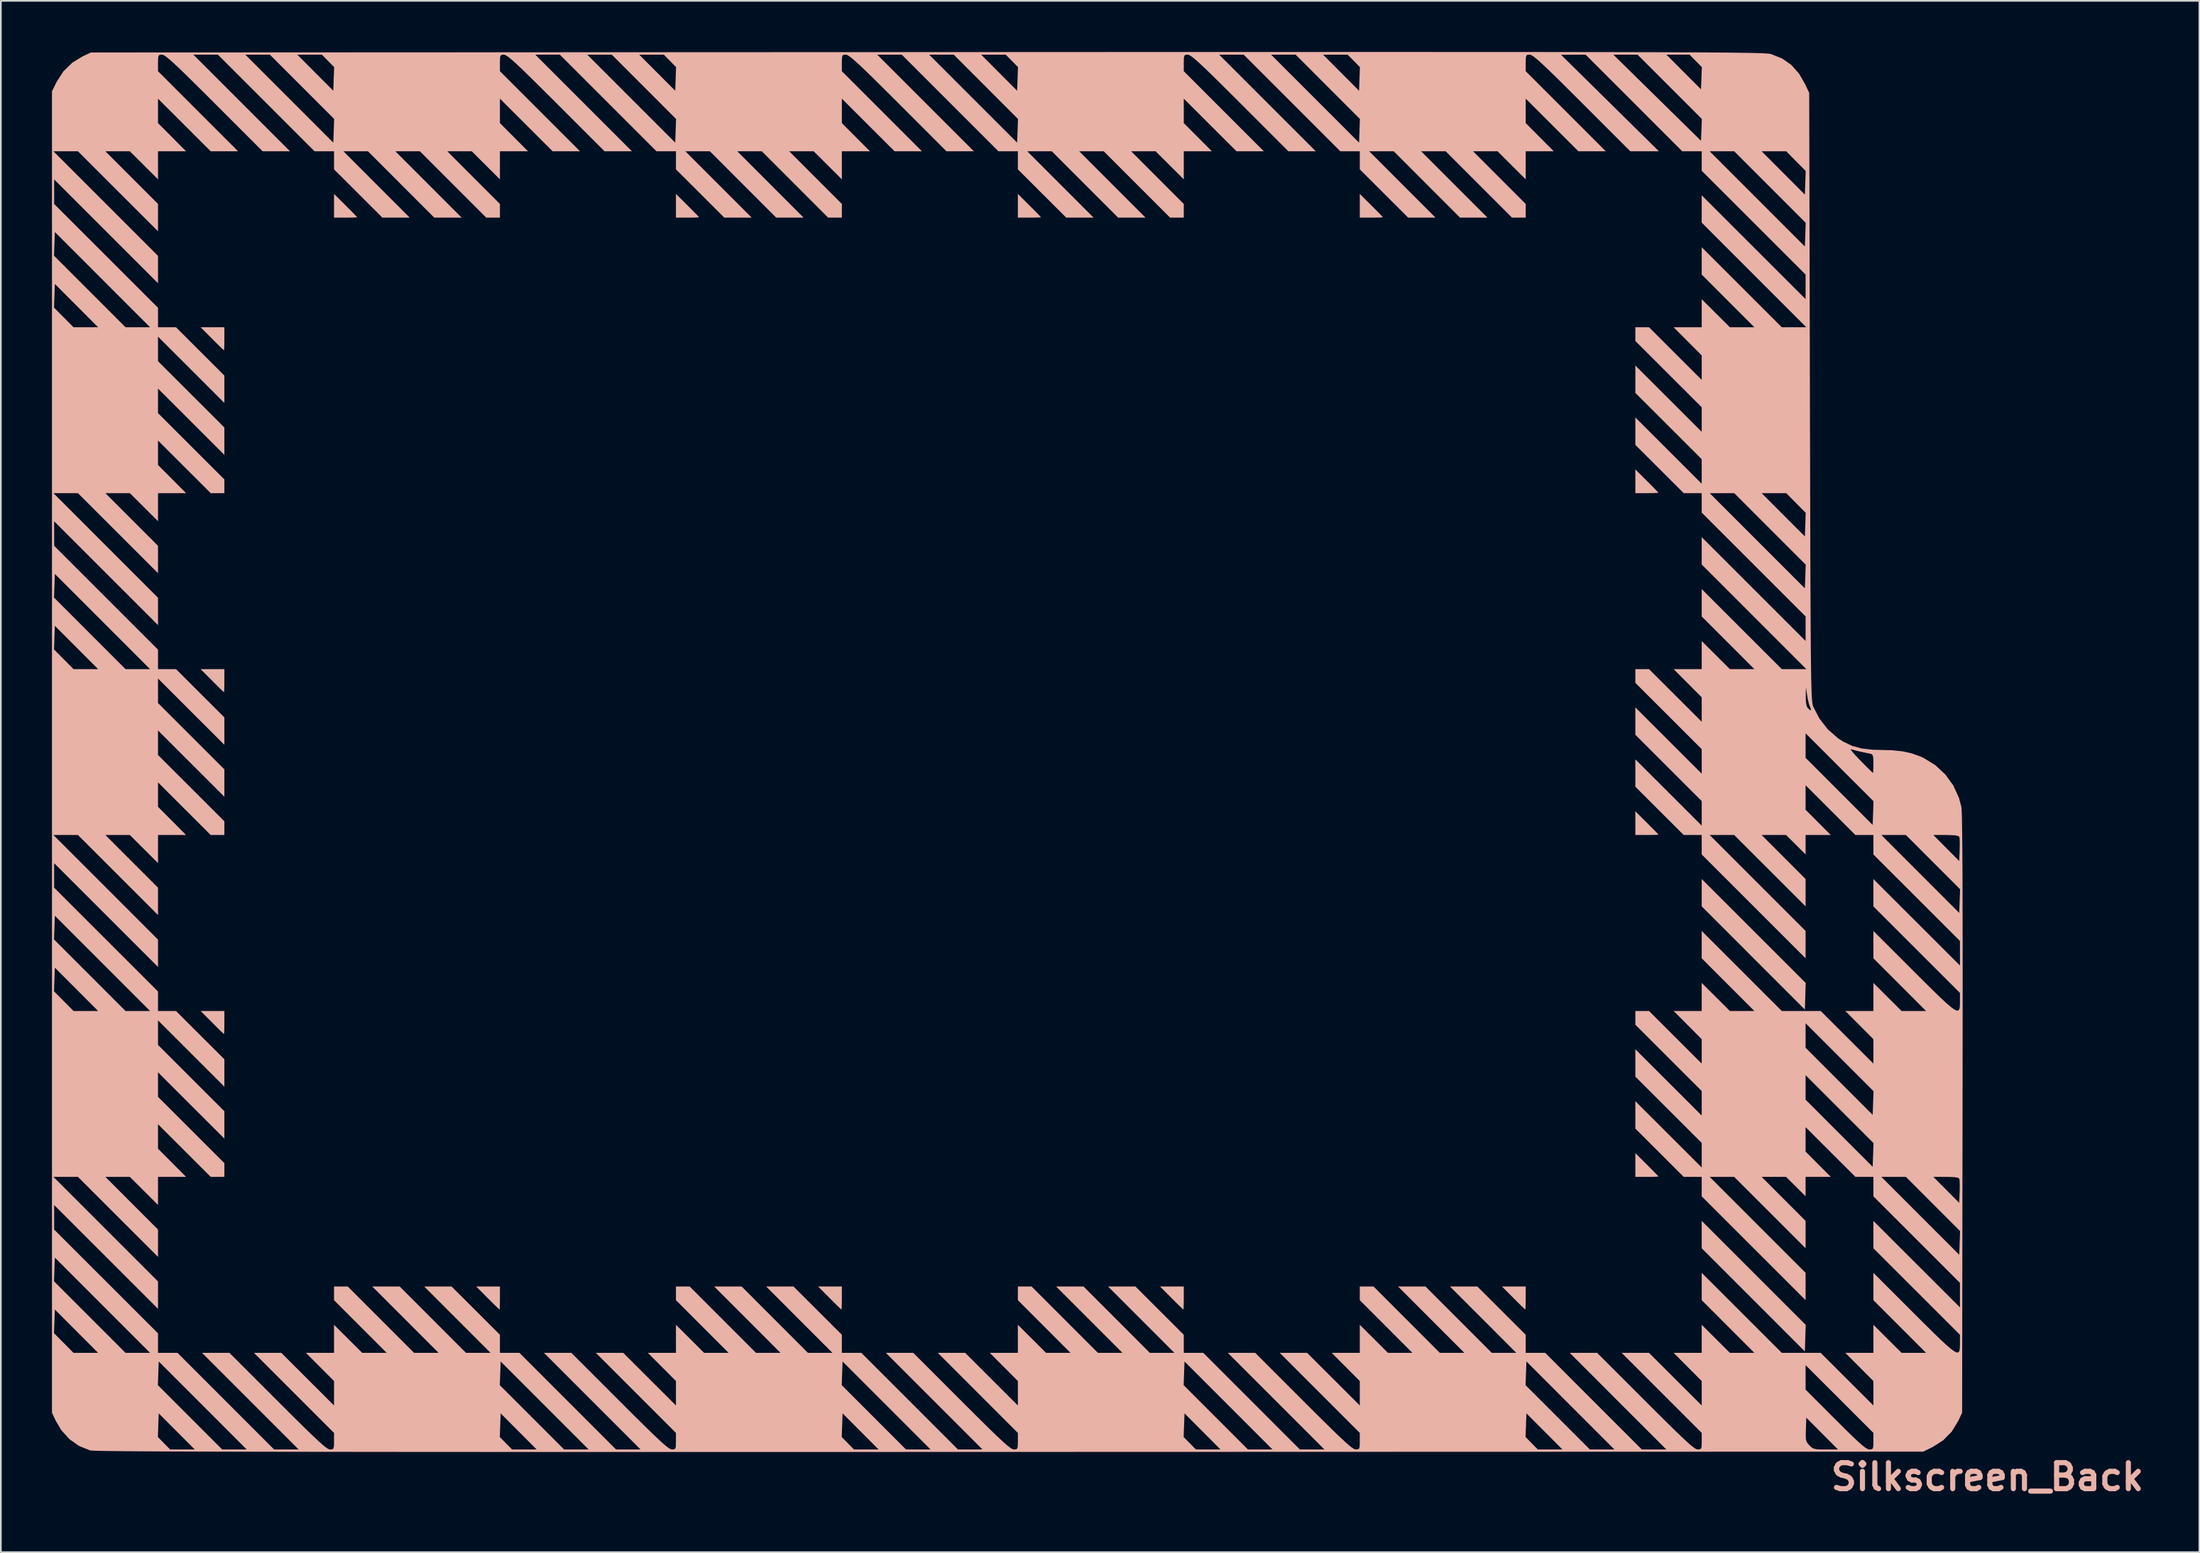
<source format=kicad_pcb>
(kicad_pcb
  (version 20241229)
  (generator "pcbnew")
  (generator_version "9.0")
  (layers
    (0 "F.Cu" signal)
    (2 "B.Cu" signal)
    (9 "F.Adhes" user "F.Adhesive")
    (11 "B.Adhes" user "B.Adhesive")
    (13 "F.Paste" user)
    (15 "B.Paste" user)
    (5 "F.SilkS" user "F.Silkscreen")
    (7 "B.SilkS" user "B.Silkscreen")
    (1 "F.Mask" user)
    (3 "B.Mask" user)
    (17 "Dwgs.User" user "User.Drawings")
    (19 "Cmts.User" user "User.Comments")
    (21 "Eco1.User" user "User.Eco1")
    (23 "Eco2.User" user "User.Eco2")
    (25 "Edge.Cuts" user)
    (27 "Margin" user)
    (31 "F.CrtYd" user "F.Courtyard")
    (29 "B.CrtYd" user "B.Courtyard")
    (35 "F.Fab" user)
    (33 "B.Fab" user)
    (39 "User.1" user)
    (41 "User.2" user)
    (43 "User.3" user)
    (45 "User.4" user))
  (footprint "Silkscreen_Back"
    (layer "F.Cu")
    (at 113.58 83.638)
    (property "Reference" "Silkscreen_Back" (at 0 0 0) (layer "B.SilkS") (effects (font (size 1.524 1.524) (thickness 0.3))))
    (attr board_only exclude_from_pos_files exclude_from_bom)
    (fp_poly (pts (xy -13.713 -32.043) (xy -10.661 -28.991) (xy -10.686 -28.211) (xy -10.71 -27.43) (xy -13.737 -30.458) (xy -16.764 -33.487) (xy -16.764 -35.094)) (stroke (width 0) (type solid)) (fill yes) (layer "B.SilkS"))
    (fp_poly (pts (xy -13.713 -11.977) (xy -10.661 -8.925) (xy -10.686 -8.145) (xy -10.71 -7.364) (xy -13.737 -10.392) (xy -16.764 -13.421) (xy -16.764 -15.028)) (stroke (width 0) (type solid)) (fill yes) (layer "B.SilkS"))
    (fp_poly (pts (xy -103.463 -66.802) (xy -103.465 -66.487) (xy -103.472 -66.251) (xy -103.483 -66.131) (xy -103.486 -66.125) (xy -103.551 -66.181) (xy -103.71 -66.334) (xy -103.939 -66.559) (xy -104.182 -66.802) (xy -104.856 -67.479) (xy -103.463 -67.479)) (stroke (width 0) (type solid)) (fill yes) (layer "B.SilkS"))
    (fp_poly (pts (xy -103.463 -46.736) (xy -103.465 -46.421) (xy -103.472 -46.185) (xy -103.483 -46.065) (xy -103.486 -46.059) (xy -103.551 -46.115) (xy -103.71 -46.268) (xy -103.939 -46.493) (xy -104.182 -46.736) (xy -104.856 -47.413) (xy -103.463 -47.413)) (stroke (width 0) (type solid)) (fill yes) (layer "B.SilkS"))
    (fp_poly (pts (xy -103.463 -26.67) (xy -103.465 -26.355) (xy -103.472 -26.119) (xy -103.483 -25.999) (xy -103.486 -25.993) (xy -103.551 -26.049) (xy -103.71 -26.202) (xy -103.939 -26.427) (xy -104.182 -26.67) (xy -104.856 -27.347) (xy -103.463 -27.347)) (stroke (width 0) (type solid)) (fill yes) (layer "B.SilkS"))
    (fp_poly (pts (xy -96.351 -74.634) (xy -96.081 -74.364) (xy -95.862 -74.141) (xy -95.719 -73.991) (xy -95.673 -73.937) (xy -95.751 -73.926) (xy -95.959 -73.918) (xy -96.255 -73.914) (xy -96.351 -73.914) (xy -97.028 -73.914) (xy -97.028 -75.307)) (stroke (width 0) (type solid)) (fill yes) (layer "B.SilkS"))
    (fp_poly (pts (xy -87.291 -10.499) (xy -87.294 -10.184) (xy -87.301 -9.947) (xy -87.311 -9.828) (xy -87.314 -9.821) (xy -87.38 -9.878) (xy -87.539 -10.03) (xy -87.768 -10.255) (xy -88.011 -10.499) (xy -88.684 -11.176) (xy -87.291 -11.176)) (stroke (width 0) (type solid)) (fill yes) (layer "B.SilkS"))
    (fp_poly (pts (xy -76.285 -74.634) (xy -76.015 -74.364) (xy -75.796 -74.141) (xy -75.653 -73.991) (xy -75.607 -73.937) (xy -75.685 -73.926) (xy -75.893 -73.918) (xy -76.189 -73.914) (xy -76.285 -73.914) (xy -76.962 -73.914) (xy -76.962 -75.307)) (stroke (width 0) (type solid)) (fill yes) (layer "B.SilkS"))
    (fp_poly (pts (xy -67.225 -10.499) (xy -67.228 -10.184) (xy -67.235 -9.947) (xy -67.245 -9.828) (xy -67.248 -9.821) (xy -67.314 -9.878) (xy -67.473 -10.03) (xy -67.702 -10.255) (xy -67.945 -10.499) (xy -68.618 -11.176) (xy -67.225 -11.176)) (stroke (width 0) (type solid)) (fill yes) (layer "B.SilkS"))
    (fp_poly (pts (xy -56.219 -74.634) (xy -55.949 -74.364) (xy -55.73 -74.141) (xy -55.587 -73.991) (xy -55.541 -73.937) (xy -55.619 -73.926) (xy -55.827 -73.918) (xy -56.123 -73.914) (xy -56.219 -73.914) (xy -56.896 -73.914) (xy -56.896 -75.307)) (stroke (width 0) (type solid)) (fill yes) (layer "B.SilkS"))
    (fp_poly (pts (xy -47.159 -10.499) (xy -47.162 -10.184) (xy -47.169 -9.947) (xy -47.179 -9.828) (xy -47.182 -9.821) (xy -47.248 -9.878) (xy -47.407 -10.03) (xy -47.636 -10.255) (xy -47.879 -10.499) (xy -48.552 -11.176) (xy -47.159 -11.176)) (stroke (width 0) (type solid)) (fill yes) (layer "B.SilkS"))
    (fp_poly (pts (xy -36.153 -74.634) (xy -35.883 -74.364) (xy -35.664 -74.141) (xy -35.521 -73.991) (xy -35.475 -73.937) (xy -35.553 -73.926) (xy -35.761 -73.918) (xy -36.057 -73.914) (xy -36.153 -73.914) (xy -36.83 -73.914) (xy -36.83 -75.307)) (stroke (width 0) (type solid)) (fill yes) (layer "B.SilkS"))
    (fp_poly (pts (xy -27.093 -10.499) (xy -27.096 -10.184) (xy -27.103 -9.947) (xy -27.113 -9.828) (xy -27.116 -9.821) (xy -27.182 -9.878) (xy -27.341 -10.03) (xy -27.57 -10.255) (xy -27.813 -10.499) (xy -28.486 -11.176) (xy -27.093 -11.176)) (stroke (width 0) (type solid)) (fill yes) (layer "B.SilkS"))
    (fp_poly (pts (xy -19.981 -58.462) (xy -19.712 -58.192) (xy -19.493 -57.97) (xy -19.349 -57.819) (xy -19.304 -57.766) (xy -19.382 -57.755) (xy -19.589 -57.747) (xy -19.886 -57.743) (xy -19.981 -57.743) (xy -20.659 -57.743) (xy -20.659 -59.136)) (stroke (width 0) (type solid)) (fill yes) (layer "B.SilkS"))
    (fp_poly (pts (xy -19.981 -38.396) (xy -19.712 -38.126) (xy -19.493 -37.904) (xy -19.349 -37.753) (xy -19.304 -37.7) (xy -19.382 -37.689) (xy -19.589 -37.681) (xy -19.886 -37.677) (xy -19.981 -37.677) (xy -20.659 -37.677) (xy -20.659 -39.07)) (stroke (width 0) (type solid)) (fill yes) (layer "B.SilkS"))
    (fp_poly (pts (xy -19.981 -18.33) (xy -19.712 -18.06) (xy -19.493 -17.838) (xy -19.349 -17.687) (xy -19.304 -17.634) (xy -19.382 -17.623) (xy -19.589 -17.615) (xy -19.886 -17.611) (xy -19.981 -17.611) (xy -20.659 -17.611) (xy -20.659 -19.004)) (stroke (width 0) (type solid)) (fill yes) (layer "B.SilkS"))
    (fp_poly (pts (xy -34.525 -83.638) (xy -32.531 -83.637) (xy -30.661 -83.637) (xy -28.912 -83.636) (xy -27.281 -83.635) (xy -25.762 -83.634) (xy -24.351 -83.632) (xy -23.046 -83.631) (xy -21.841 -83.629) (xy -20.733 -83.626) (xy -19.718 -83.624) (xy -18.791 -83.621) (xy -17.949 -83.617) (xy -17.188 -83.614) (xy -16.503 -83.61) (xy -15.891 -83.605) (xy -15.347 -83.601) (xy -14.867 -83.596) (xy -14.448 -83.59) (xy -14.085 -83.585) (xy -13.775 -83.578) (xy -13.513 -83.572) (xy -13.295 -83.565) (xy -13.117 -83.558) (xy -12.976 -83.55) (xy -12.867 -83.541) (xy -12.786 -83.533) (xy -12.728 -83.524) (xy -12.702 -83.517) (xy -12.049 -83.257) (xy -11.504 -82.877) (xy -11.051 -82.365) (xy -10.688 -81.732) (xy -10.456 -81.238) (xy -10.414 -63.415) (xy -10.409 -61.366) (xy -10.404 -59.479) (xy -10.4 -57.748) (xy -10.395 -56.166) (xy -10.391 -54.725) (xy -10.387 -53.42) (xy -10.382 -52.243) (xy -10.377 -51.187) (xy -10.372 -50.245) (xy -10.367 -49.412) (xy -10.361 -48.679) (xy -10.355 -48.04) (xy -10.348 -47.488) (xy -10.34 -47.016) (xy -10.332 -46.617) (xy -10.323 -46.285) (xy -10.314 -46.013) (xy -10.303 -45.794) (xy -10.291 -45.62) (xy -10.278 -45.485) (xy -10.264 -45.383) (xy -10.249 -45.306) (xy -10.233 -45.248) (xy -10.221 -45.216) (xy -9.851 -44.502) (xy -9.354 -43.868) (xy -8.755 -43.347) (xy -8.461 -43.158) (xy -7.947 -42.913) (xy -7.387 -42.758) (xy -6.739 -42.682) (xy -6.313 -42.671) (xy -5.579 -42.651) (xy -4.968 -42.586) (xy -4.435 -42.468) (xy -3.939 -42.289) (xy -3.725 -42.19) (xy -3.045 -41.769) (xy -2.464 -41.225) (xy -1.998 -40.58) (xy -1.668 -39.86) (xy -1.527 -39.328) (xy -1.515 -39.211) (xy -1.504 -38.992) (xy -1.494 -38.665) (xy -1.486 -38.228) (xy -1.478 -37.674) (xy -1.471 -37.001) (xy -1.465 -36.204) (xy -1.46 -35.278) (xy -1.456 -34.22) (xy -1.454 -33.025) (xy -1.452 -31.689) (xy -1.45 -30.208) (xy -1.45 -28.577) (xy -1.451 -26.792) (xy -1.452 -24.849) (xy -1.455 -22.744) (xy -1.457 -21.294) (xy -1.482 -3.768) (xy -1.707 -3.287) (xy -2.092 -2.659) (xy -2.602 -2.141) (xy -3.205 -1.757) (xy -3.764 -1.482) (xy -57.36 -1.466) (xy -61.11 -1.465) (xy -64.694 -1.464) (xy -68.115 -1.463) (xy -71.376 -1.463) (xy -74.482 -1.463) (xy -77.434 -1.463) (xy -80.237 -1.463) (xy -82.894 -1.463) (xy -85.407 -1.464) (xy -87.781 -1.464) (xy -90.018 -1.465) (xy -92.122 -1.466) (xy -94.096 -1.468) (xy -95.943 -1.47) (xy -97.667 -1.471) (xy -99.271 -1.474) (xy -100.758 -1.476) (xy -102.131 -1.479) (xy -103.394 -1.482) (xy -104.55 -1.485) (xy -105.603 -1.488) (xy -106.555 -1.492) (xy -107.41 -1.496) (xy -108.171 -1.501) (xy -108.842 -1.505) (xy -109.425 -1.51) (xy -109.924 -1.516) (xy -110.343 -1.521) (xy -110.684 -1.527) (xy -110.951 -1.533) (xy -111.147 -1.54) (xy -111.276 -1.547) (xy -111.34 -1.554) (xy -111.343 -1.555) (xy -111.987 -1.814) (xy -112.557 -2.217) (xy -112.671 -2.342) (xy -107.365 -2.342) (xy -107.005 -1.975) (xy -106.645 -1.609) (xy -105.201 -1.609) (xy -106.258 -2.669) (xy -107.315 -3.729) (xy -107.34 -3.035) (xy -107.365 -2.342) (xy -112.671 -2.342) (xy -113.034 -2.744) (xy -113.357 -3.292) (xy -113.58 -3.768) (xy -113.58 -5.385) (xy -107.365 -5.385) (xy -105.478 -3.497) (xy -103.591 -1.609) (xy -102.151 -1.609) (xy -104.733 -4.192) (xy -107.315 -6.775) (xy -107.365 -5.385) (xy -113.58 -5.385) (xy -113.58 -8.436) (xy -113.461 -8.436) (xy -112.888 -7.859) (xy -112.315 -7.281) (xy -110.873 -7.281) (xy -112.142 -8.553) (xy -113.411 -9.824) (xy -113.436 -9.13) (xy -113.461 -8.436) (xy -113.58 -8.436) (xy -113.58 -11.481) (xy -113.461 -11.481) (xy -111.362 -9.381) (xy -109.264 -7.281) (xy -107.824 -7.281) (xy -113.411 -12.871) (xy -113.436 -12.176) (xy -113.461 -11.481) (xy -113.58 -11.481) (xy -113.58 -17.611) (xy -113.495 -17.611) (xy -107.357 -11.471) (xy -107.357 -9.865) (xy -113.453 -15.959) (xy -113.453 -15.239) (xy -113.453 -14.519) (xy -110.405 -11.472) (xy -107.357 -8.425) (xy -107.357 -7.281) (xy -106.213 -7.281) (xy -103.378 -4.445) (xy -100.543 -1.609) (xy -99.103 -1.609) (xy -101.939 -4.445) (xy -104.774 -7.281) (xy -103.165 -7.281) (xy -100.33 -4.445) (xy -99.655 -3.771) (xy -99.087 -3.208) (xy -98.619 -2.748) (xy -98.238 -2.381) (xy -97.935 -2.098) (xy -97.701 -1.889) (xy -97.524 -1.745) (xy -97.395 -1.657) (xy -97.304 -1.615) (xy -97.261 -1.609) (xy -97.13 -1.618) (xy -97.06 -1.672) (xy -97.033 -1.812) (xy -97.028 -2.078) (xy -97.028 -2.095) (xy -97.028 -2.342) (xy -87.299 -2.342) (xy -86.939 -1.975) (xy -86.579 -1.609) (xy -85.135 -1.609) (xy -86.192 -2.669) (xy -87.249 -3.729) (xy -87.274 -3.035) (xy -87.299 -2.342) (xy -97.028 -2.342) (xy -97.028 -2.581) (xy -101.726 -7.281) (xy -100.12 -7.281) (xy -98.574 -5.737) (xy -97.028 -4.193) (xy -97.028 -5.385) (xy -87.299 -5.385) (xy -85.412 -3.497) (xy -83.525 -1.609) (xy -82.085 -1.609) (xy -84.667 -4.192) (xy -87.249 -6.775) (xy -87.299 -5.385) (xy -97.028 -5.385) (xy -97.028 -5.627) (xy -97.852 -6.454) (xy -98.676 -7.281) (xy -97.028 -7.281) (xy -97.028 -8.929) (xy -96.201 -8.105) (xy -95.374 -7.281) (xy -93.939 -7.281) (xy -95.484 -8.827) (xy -97.028 -10.373) (xy -97.028 -11.176) (xy -96.222 -11.176) (xy -94.276 -9.229) (xy -92.33 -7.281) (xy -90.891 -7.281) (xy -92.837 -9.229) (xy -94.783 -11.176) (xy -93.174 -11.176) (xy -91.228 -9.229) (xy -89.282 -7.281) (xy -87.843 -7.281) (xy -89.789 -9.229) (xy -91.735 -11.176) (xy -90.129 -11.176) (xy -88.71 -9.759) (xy -87.291 -8.342) (xy -87.291 -7.281) (xy -86.147 -7.281) (xy -83.312 -4.445) (xy -80.477 -1.609) (xy -79.037 -1.609) (xy -81.873 -4.445) (xy -84.708 -7.281) (xy -83.099 -7.281) (xy -80.264 -4.445) (xy -79.589 -3.771) (xy -79.021 -3.208) (xy -78.553 -2.748) (xy -78.172 -2.381) (xy -77.869 -2.098) (xy -77.635 -1.889) (xy -77.458 -1.745) (xy -77.329 -1.657) (xy -77.238 -1.615) (xy -77.195 -1.609) (xy -77.064 -1.618) (xy -76.994 -1.672) (xy -76.967 -1.812) (xy -76.962 -2.078) (xy -76.962 -2.095) (xy -76.962 -2.342) (xy -67.233 -2.342) (xy -66.873 -1.975) (xy -66.513 -1.609) (xy -65.069 -1.609) (xy -66.126 -2.669) (xy -67.183 -3.729) (xy -67.208 -3.035) (xy -67.233 -2.342) (xy -76.962 -2.342) (xy -76.962 -2.581) (xy -81.66 -7.281) (xy -80.054 -7.281) (xy -78.508 -5.737) (xy -76.962 -4.193) (xy -76.962 -5.385) (xy -67.233 -5.385) (xy -65.346 -3.497) (xy -63.459 -1.609) (xy -62.019 -1.609) (xy -64.601 -4.192) (xy -67.183 -6.775) (xy -67.233 -5.385) (xy -76.962 -5.385) (xy -76.962 -5.627) (xy -77.786 -6.454) (xy -78.61 -7.281) (xy -76.962 -7.281) (xy -76.962 -8.929) (xy -76.135 -8.105) (xy -75.308 -7.281) (xy -73.873 -7.281) (xy -75.418 -8.827) (xy -76.962 -10.373) (xy -76.962 -11.176) (xy -76.156 -11.176) (xy -74.21 -9.229) (xy -72.264 -7.281) (xy -70.825 -7.281) (xy -72.771 -9.229) (xy -74.717 -11.176) (xy -73.108 -11.176) (xy -71.162 -9.229) (xy -69.216 -7.281) (xy -67.777 -7.281) (xy -69.723 -9.229) (xy -71.669 -11.176) (xy -70.063 -11.176) (xy -68.644 -9.759) (xy -67.225 -8.342) (xy -67.225 -7.281) (xy -66.081 -7.281) (xy -63.246 -4.445) (xy -60.411 -1.609) (xy -58.971 -1.609) (xy -61.807 -4.445) (xy -64.642 -7.281) (xy -63.033 -7.281) (xy -60.198 -4.445) (xy -59.523 -3.771) (xy -58.955 -3.208) (xy -58.487 -2.748) (xy -58.106 -2.381) (xy -57.803 -2.098) (xy -57.569 -1.889) (xy -57.392 -1.745) (xy -57.263 -1.657) (xy -57.172 -1.615) (xy -57.129 -1.609) (xy -56.998 -1.618) (xy -56.928 -1.672) (xy -56.901 -1.812) (xy -56.896 -2.078) (xy -56.896 -2.095) (xy -56.896 -2.342) (xy -47.167 -2.342) (xy -46.807 -1.975) (xy -46.447 -1.609) (xy -45.003 -1.609) (xy -46.06 -2.669) (xy -47.117 -3.729) (xy -47.142 -3.035) (xy -47.167 -2.342) (xy -56.896 -2.342) (xy -56.896 -2.581) (xy -61.594 -7.281) (xy -59.988 -7.281) (xy -58.442 -5.737) (xy -56.896 -4.193) (xy -56.896 -5.385) (xy -47.167 -5.385) (xy -45.28 -3.497) (xy -43.393 -1.609) (xy -41.953 -1.609) (xy -44.535 -4.192) (xy -47.117 -6.775) (xy -47.167 -5.385) (xy -56.896 -5.385) (xy -56.896 -5.627) (xy -57.72 -6.454) (xy -58.544 -7.281) (xy -56.896 -7.281) (xy -56.896 -8.929) (xy -56.069 -8.105) (xy -55.242 -7.281) (xy -53.807 -7.281) (xy -55.352 -8.827) (xy -56.896 -10.373) (xy -56.896 -11.176) (xy -56.09 -11.176) (xy -54.144 -9.229) (xy -52.198 -7.281) (xy -50.759 -7.281) (xy -52.705 -9.229) (xy -54.651 -11.176) (xy -53.042 -11.176) (xy -51.096 -9.229) (xy -49.15 -7.281) (xy -47.711 -7.281) (xy -49.657 -9.229) (xy -51.603 -11.176) (xy -49.997 -11.176) (xy -48.578 -9.759) (xy -47.159 -8.342) (xy -47.159 -7.281) (xy -46.015 -7.281) (xy -43.18 -4.445) (xy -40.345 -1.609) (xy -38.905 -1.609) (xy -41.741 -4.445) (xy -44.576 -7.281) (xy -42.967 -7.281) (xy -40.132 -4.445) (xy -39.457 -3.771) (xy -38.889 -3.208) (xy -38.421 -2.748) (xy -38.04 -2.381) (xy -37.737 -2.098) (xy -37.503 -1.889) (xy -37.326 -1.745) (xy -37.197 -1.657) (xy -37.106 -1.615) (xy -37.063 -1.609) (xy -36.932 -1.618) (xy -36.862 -1.672) (xy -36.835 -1.812) (xy -36.83 -2.078) (xy -36.83 -2.095) (xy -36.83 -2.342) (xy -27.101 -2.342) (xy -26.741 -1.975) (xy -26.381 -1.609) (xy -24.937 -1.609) (xy -25.994 -2.669) (xy -27.051 -3.729) (xy -27.076 -3.035) (xy -27.101 -2.342) (xy -36.83 -2.342) (xy -36.83 -2.581) (xy -41.528 -7.281) (xy -39.922 -7.281) (xy -38.376 -5.737) (xy -36.83 -4.193) (xy -36.83 -5.385) (xy -27.101 -5.385) (xy -25.214 -3.497) (xy -23.327 -1.609) (xy -21.887 -1.609) (xy -24.469 -4.192) (xy -27.051 -6.775) (xy -27.101 -5.385) (xy -36.83 -5.385) (xy -36.83 -5.627) (xy -37.654 -6.454) (xy -38.478 -7.281) (xy -36.83 -7.281) (xy -36.83 -8.929) (xy -36.003 -8.105) (xy -35.176 -7.281) (xy -33.741 -7.281) (xy -35.286 -8.827) (xy -36.83 -10.373) (xy -36.83 -11.176) (xy -36.024 -11.176) (xy -34.078 -9.229) (xy -32.132 -7.281) (xy -30.693 -7.281) (xy -32.639 -9.229) (xy -34.585 -11.176) (xy -32.976 -11.176) (xy -31.03 -9.229) (xy -29.084 -7.281) (xy -27.645 -7.281) (xy -29.591 -9.229) (xy -31.537 -11.176) (xy -29.931 -11.176) (xy -28.512 -9.759) (xy -27.093 -8.342) (xy -27.093 -7.281) (xy -25.949 -7.281) (xy -23.114 -4.445) (xy -20.279 -1.609) (xy -18.839 -1.609) (xy -21.675 -4.445) (xy -24.51 -7.281) (xy -22.901 -7.281) (xy -20.066 -4.445) (xy -19.391 -3.771) (xy -18.823 -3.208) (xy -18.355 -2.748) (xy -17.974 -2.381) (xy -17.671 -2.098) (xy -17.437 -1.889) (xy -17.26 -1.745) (xy -17.131 -1.657) (xy -17.04 -1.615) (xy -16.997 -1.609) (xy -16.866 -1.618) (xy -16.796 -1.672) (xy -16.769 -1.812) (xy -16.764 -2.078) (xy -16.764 -2.095) (xy -16.764 -2.436) (xy -10.659 -2.436) (xy -10.648 -2.21) (xy -10.605 -2.059) (xy -10.522 -1.935) (xy -10.444 -1.85) (xy -10.321 -1.732) (xy -10.197 -1.661) (xy -10.027 -1.624) (xy -9.767 -1.61) (xy -9.489 -1.609) (xy -8.766 -1.609) (xy -9.696 -2.542) (xy -10.626 -3.475) (xy -10.65 -2.783) (xy -10.659 -2.436) (xy -16.764 -2.436) (xy -16.764 -2.581) (xy -21.462 -7.281) (xy -19.856 -7.281) (xy -18.31 -5.737) (xy -16.764 -4.193) (xy -16.764 -5.627) (xy -17.588 -6.454) (xy -17.694 -6.56) (xy -10.668 -6.56) (xy -10.668 -5.124) (xy -8.912 -3.366) (xy -8.387 -2.843) (xy -7.966 -2.431) (xy -7.636 -2.117) (xy -7.383 -1.89) (xy -7.194 -1.738) (xy -7.056 -1.649) (xy -6.956 -1.612) (xy -6.922 -1.609) (xy -6.791 -1.618) (xy -6.721 -1.672) (xy -6.694 -1.811) (xy -6.689 -2.077) (xy -6.689 -2.096) (xy -6.689 -2.584) (xy -8.678 -4.572) (xy -10.668 -6.56) (xy -17.694 -6.56) (xy -18.412 -7.281) (xy -16.764 -7.281) (xy -16.764 -8.929) (xy -15.937 -8.105) (xy -15.11 -7.281) (xy -13.675 -7.281) (xy -15.22 -8.827) (xy -16.764 -10.373) (xy -16.764 -11.979) (xy -12.064 -7.281) (xy -9.781 -7.281) (xy -8.235 -5.737) (xy -6.689 -4.193) (xy -6.689 -5.627) (xy -7.513 -6.454) (xy -8.336 -7.281) (xy -6.689 -7.281) (xy -6.689 -8.929) (xy -5.035 -7.281) (xy -3.6 -7.281) (xy -5.144 -8.827) (xy -6.689 -10.373) (xy -6.689 -11.979) (xy -4.339 -9.63) (xy -3.698 -8.991) (xy -3.166 -8.465) (xy -2.733 -8.046) (xy -2.388 -7.726) (xy -2.122 -7.5) (xy -1.925 -7.361) (xy -1.786 -7.301) (xy -1.695 -7.314) (xy -1.642 -7.393) (xy -1.617 -7.532) (xy -1.609 -7.723) (xy -1.609 -7.811) (xy -1.609 -8.341) (xy -4.149 -10.88) (xy -6.689 -13.419) (xy -6.689 -15.027) (xy -4.149 -12.488) (xy -1.609 -9.949) (xy -1.609 -11.389) (xy -4.149 -13.928) (xy -6.689 -16.467) (xy -6.689 -17.611) (xy -6.222 -17.611) (xy -1.651 -13.037) (xy -1.626 -13.732) (xy -1.601 -14.427) (xy -3.192 -16.019) (xy -4.782 -17.611) (xy -3.171 -17.611) (xy -1.651 -16.082) (xy -1.626 -16.733) (xy -1.619 -17.06) (xy -1.625 -17.328) (xy -1.641 -17.486) (xy -1.645 -17.497) (xy -1.722 -17.557) (xy -1.915 -17.593) (xy -2.244 -17.609) (xy -2.43 -17.611) (xy -3.171 -17.611) (xy -4.782 -17.611) (xy -6.222 -17.611) (xy -6.689 -17.611) (xy -7.745 -17.611) (xy -9.207 -19.07) (xy -10.668 -20.53) (xy -10.668 -19.096) (xy -9.19 -17.611) (xy -10.668 -17.611) (xy -10.668 -16.472) (xy -11.242 -17.041) (xy -11.815 -17.611) (xy -13.248 -17.611) (xy -11.958 -16.319) (xy -10.668 -15.026) (xy -10.668 -13.421) (xy -14.86 -17.611) (xy -16.297 -17.611) (xy -13.483 -14.795) (xy -10.668 -11.979) (xy -10.668 -10.373) (xy -16.764 -16.467) (xy -16.764 -17.611) (xy -17.821 -17.611) (xy -19.24 -19.028) (xy -20.659 -20.445) (xy -20.659 -22.054) (xy -18.711 -20.108) (xy -16.764 -18.162) (xy -16.764 -19.602) (xy -18.711 -21.548) (xy -20.659 -23.494) (xy -20.659 -25.102) (xy -18.711 -23.156) (xy -16.764 -21.21) (xy -16.764 -22.65) (xy -17.694 -23.579) (xy -10.668 -23.579) (xy -10.668 -22.142) (xy -8.7 -20.171) (xy -6.731 -18.201) (xy -6.706 -18.897) (xy -6.681 -19.592) (xy -8.675 -21.586) (xy -10.668 -23.579) (xy -17.694 -23.579) (xy -18.711 -24.596) (xy -20.659 -26.542) (xy -20.659 -27.347) (xy -20.257 -27.347) (xy -19.856 -27.347) (xy -18.31 -25.803) (xy -16.764 -24.259) (xy -16.764 -25.693) (xy -17.588 -26.52) (xy -17.694 -26.627) (xy -10.668 -26.627) (xy -10.668 -25.19) (xy -8.7 -23.219) (xy -6.731 -21.249) (xy -6.706 -21.945) (xy -6.681 -22.64) (xy -8.675 -24.634) (xy -10.668 -26.627) (xy -17.694 -26.627) (xy -18.412 -27.347) (xy -16.764 -27.347) (xy -16.764 -28.995) (xy -15.937 -28.171) (xy -15.11 -27.347) (xy -13.675 -27.347) (xy -15.22 -28.893) (xy -16.764 -30.439) (xy -16.764 -32.045) (xy -12.064 -27.347) (xy -9.781 -27.347) (xy -8.235 -25.803) (xy -6.689 -24.259) (xy -6.689 -25.693) (xy -7.513 -26.52) (xy -8.336 -27.347) (xy -6.689 -27.347) (xy -6.689 -28.995) (xy -5.035 -27.347) (xy -4.317 -27.347) (xy -3.6 -27.347) (xy -5.144 -28.893) (xy -6.689 -30.439) (xy -6.689 -32.045) (xy -4.339 -29.696) (xy -3.698 -29.057) (xy -3.166 -28.531) (xy -2.733 -28.112) (xy -2.388 -27.792) (xy -2.122 -27.566) (xy -1.925 -27.427) (xy -1.786 -27.367) (xy -1.695 -27.38) (xy -1.642 -27.459) (xy -1.617 -27.598) (xy -1.609 -27.789) (xy -1.609 -27.877) (xy -1.609 -28.407) (xy -4.149 -30.946) (xy -6.689 -33.485) (xy -6.689 -35.093) (xy -4.149 -32.554) (xy -1.609 -30.015) (xy -1.609 -31.455) (xy -4.149 -33.994) (xy -6.689 -36.533) (xy -6.689 -37.677) (xy -6.222 -37.677) (xy -1.651 -33.103) (xy -1.626 -33.798) (xy -1.601 -34.493) (xy -3.192 -36.085) (xy -4.782 -37.677) (xy -3.171 -37.677) (xy -1.651 -36.148) (xy -1.626 -36.799) (xy -1.619 -37.126) (xy -1.625 -37.394) (xy -1.641 -37.552) (xy -1.645 -37.563) (xy -1.722 -37.623) (xy -1.915 -37.659) (xy -2.244 -37.675) (xy -2.43 -37.677) (xy -3.171 -37.677) (xy -4.782 -37.677) (xy -6.222 -37.677) (xy -6.689 -37.677) (xy -7.745 -37.677) (xy -9.207 -39.136) (xy -10.668 -40.596) (xy -10.668 -39.162) (xy -9.19 -37.677) (xy -10.668 -37.677) (xy -10.668 -36.538) (xy -11.242 -37.107) (xy -11.815 -37.677) (xy -13.248 -37.677) (xy -11.958 -36.385) (xy -10.668 -35.092) (xy -10.668 -33.487) (xy -14.86 -37.677) (xy -16.297 -37.677) (xy -13.483 -34.861) (xy -10.668 -32.045) (xy -10.668 -30.439) (xy -16.764 -36.533) (xy -16.764 -37.677) (xy -17.821 -37.677) (xy -19.24 -39.094) (xy -20.659 -40.511) (xy -20.659 -42.12) (xy -18.711 -40.174) (xy -16.764 -38.228) (xy -16.764 -39.668) (xy -18.711 -41.614) (xy -20.659 -43.56) (xy -20.659 -45.168) (xy -18.711 -43.222) (xy -16.764 -41.276) (xy -16.764 -42.716) (xy -17.694 -43.645) (xy -10.668 -43.645) (xy -10.668 -42.208) (xy -8.7 -40.237) (xy -6.731 -38.267) (xy -6.706 -38.963) (xy -6.681 -39.658) (xy -8.675 -41.652) (xy -9.707 -42.685) (xy -8.011 -42.685) (xy -7.918 -42.556) (xy -7.737 -42.348) (xy -7.485 -42.082) (xy -7.453 -42.049) (xy -7.174 -41.767) (xy -6.942 -41.536) (xy -6.78 -41.378) (xy -6.712 -41.317) (xy -6.712 -41.317) (xy -6.7 -41.395) (xy -6.692 -41.597) (xy -6.689 -41.866) (xy -6.694 -42.164) (xy -6.719 -42.334) (xy -6.776 -42.416) (xy -6.879 -42.451) (xy -6.879 -42.451) (xy -7.324 -42.541) (xy -7.696 -42.627) (xy -7.953 -42.698) (xy -8.001 -42.715) (xy -8.011 -42.685) (xy -9.707 -42.685) (xy -10.668 -43.645) (xy -17.694 -43.645) (xy -18.711 -44.662) (xy -20.659 -46.608) (xy -20.659 -47.413) (xy -20.257 -47.413) (xy -19.856 -47.413) (xy -18.31 -45.869) (xy -16.764 -44.325) (xy -16.764 -45.759) (xy -16.816 -45.811) (xy -10.658 -45.811) (xy -10.648 -45.456) (xy -10.598 -45.227) (xy -10.527 -45.112) (xy -10.394 -44.999) (xy -10.346 -45.027) (xy -10.399 -45.184) (xy -10.41 -45.205) (xy -10.475 -45.386) (xy -10.54 -45.663) (xy -10.576 -45.868) (xy -10.647 -46.355) (xy -10.658 -45.811) (xy -16.816 -45.811) (xy -17.588 -46.586) (xy -18.412 -47.413) (xy -16.764 -47.413) (xy -16.764 -49.061) (xy -15.937 -48.237) (xy -15.11 -47.413) (xy -13.675 -47.413) (xy -15.22 -48.959) (xy -16.764 -50.505) (xy -16.764 -52.111) (xy -12.064 -47.413) (xy -10.627 -47.413) (xy -13.695 -50.483) (xy -16.764 -53.553) (xy -16.764 -55.159) (xy -13.716 -52.112) (xy -10.668 -49.065) (xy -10.668 -50.505) (xy -16.764 -56.599) (xy -16.764 -57.743) (xy -16.297 -57.743) (xy -10.71 -52.153) (xy -10.685 -52.848) (xy -10.661 -53.543) (xy -12.759 -55.643) (xy -14.858 -57.743) (xy -13.248 -57.743) (xy -11.979 -56.471) (xy -10.71 -55.2) (xy -10.685 -55.894) (xy -10.661 -56.588) (xy -11.234 -57.165) (xy -11.806 -57.743) (xy -13.248 -57.743) (xy -14.858 -57.743) (xy -16.297 -57.743) (xy -16.764 -57.743) (xy -17.821 -57.743) (xy -19.24 -59.16) (xy -20.659 -60.577) (xy -20.659 -62.186) (xy -18.711 -60.24) (xy -16.764 -58.294) (xy -16.764 -59.734) (xy -18.711 -61.68) (xy -20.659 -63.626) (xy -20.659 -65.234) (xy -18.711 -63.288) (xy -16.764 -61.342) (xy -16.764 -62.782) (xy -18.711 -64.728) (xy -20.659 -66.674) (xy -20.659 -67.479) (xy -20.257 -67.479) (xy -19.856 -67.479) (xy -18.31 -65.935) (xy -16.764 -64.391) (xy -16.764 -65.825) (xy -17.588 -66.652) (xy -18.412 -67.479) (xy -17.588 -67.479) (xy -16.764 -67.479) (xy -16.764 -69.127) (xy -15.937 -68.303) (xy -15.11 -67.479) (xy -14.393 -67.479) (xy -13.675 -67.479) (xy -15.22 -69.025) (xy -16.764 -70.571) (xy -16.764 -72.177) (xy -14.414 -69.828) (xy -12.064 -67.479) (xy -11.345 -67.479) (xy -10.627 -67.479) (xy -13.695 -70.549) (xy -16.764 -73.619) (xy -16.764 -75.225) (xy -13.716 -72.178) (xy -10.668 -69.131) (xy -10.668 -70.571) (xy -16.764 -76.665) (xy -16.764 -77.809) (xy -16.297 -77.809) (xy -10.71 -72.219) (xy -10.685 -72.914) (xy -10.661 -73.609) (xy -12.759 -75.709) (xy -14.858 -77.809) (xy -13.248 -77.809) (xy -11.979 -76.537) (xy -10.71 -75.266) (xy -10.685 -75.96) (xy -10.661 -76.654) (xy -11.234 -77.231) (xy -11.806 -77.809) (xy -13.248 -77.809) (xy -14.858 -77.809) (xy -16.297 -77.809) (xy -16.764 -77.809) (xy -17.908 -77.809) (xy -20.743 -80.645) (xy -23.579 -83.481) (xy -21.951 -83.481) (xy -19.379 -80.953) (xy -16.806 -78.425) (xy -16.781 -79.065) (xy -16.756 -79.705) (xy -18.643 -81.593) (xy -20.53 -83.481) (xy -21.241 -83.481) (xy -21.951 -83.481) (xy -18.836 -83.481) (xy -16.806 -81.446) (xy -16.781 -82.097) (xy -16.756 -82.747) (xy -17.116 -83.114) (xy -17.477 -83.481) (xy -18.156 -83.481) (xy -18.836 -83.481) (xy -21.951 -83.481) (xy -23.579 -83.481) (xy -24.299 -83.477) (xy -25.019 -83.473) (xy -22.148 -80.641) (xy -19.277 -77.809) (xy -20.956 -77.809) (xy -23.791 -80.645) (xy -24.467 -81.319) (xy -25.034 -81.882) (xy -25.503 -82.342) (xy -25.883 -82.709) (xy -26.186 -82.992) (xy -26.421 -83.201) (xy -26.597 -83.345) (xy -26.726 -83.433) (xy -26.818 -83.475) (xy -26.86 -83.481) (xy -26.991 -83.472) (xy -27.061 -83.418) (xy -27.088 -83.278) (xy -27.093 -83.012) (xy -27.093 -82.995) (xy -27.093 -82.509) (xy -24.744 -80.159) (xy -22.395 -77.809) (xy -24.001 -77.809) (xy -25.547 -79.353) (xy -27.093 -80.897) (xy -27.093 -79.463) (xy -26.269 -78.636) (xy -25.446 -77.809) (xy -27.093 -77.809) (xy -27.093 -76.161) (xy -27.92 -76.985) (xy -28.747 -77.809) (xy -30.182 -77.809) (xy -28.638 -76.263) (xy -27.093 -74.717) (xy -27.093 -74.315) (xy -27.093 -73.914) (xy -27.899 -73.914) (xy -29.845 -75.861) (xy -31.791 -77.809) (xy -33.23 -77.809) (xy -31.284 -75.861) (xy -29.338 -73.914) (xy -30.947 -73.914) (xy -32.893 -75.861) (xy -34.839 -77.809) (xy -36.278 -77.809) (xy -34.332 -75.861) (xy -32.386 -73.914) (xy -33.992 -73.914) (xy -35.411 -75.331) (xy -36.83 -76.748) (xy -36.83 -77.809) (xy -37.974 -77.809) (xy -40.809 -80.645) (xy -43.645 -83.481) (xy -42.036 -83.481) (xy -39.454 -80.898) (xy -36.872 -78.315) (xy -36.847 -79.01) (xy -36.823 -79.705) (xy -38.709 -81.593) (xy -40.596 -83.481) (xy -38.986 -83.481) (xy -37.929 -82.421) (xy -36.872 -81.361) (xy -36.848 -82.055) (xy -36.823 -82.748) (xy -37.183 -83.115) (xy -37.543 -83.481) (xy -38.265 -83.481) (xy -38.986 -83.481) (xy -40.596 -83.481) (xy -42.036 -83.481) (xy -43.645 -83.481) (xy -45.084 -83.481) (xy -42.249 -80.645) (xy -39.413 -77.809) (xy -41.022 -77.809) (xy -43.857 -80.645) (xy -44.533 -81.319) (xy -45.1 -81.882) (xy -45.569 -82.342) (xy -45.949 -82.709) (xy -46.252 -82.992) (xy -46.487 -83.201) (xy -46.663 -83.345) (xy -46.792 -83.433) (xy -46.884 -83.475) (xy -46.926 -83.481) (xy -47.057 -83.472) (xy -47.127 -83.418) (xy -47.154 -83.278) (xy -47.159 -83.012) (xy -47.159 -82.995) (xy -47.159 -82.509) (xy -44.81 -80.159) (xy -42.461 -77.809) (xy -44.067 -77.809) (xy -45.613 -79.353) (xy -47.159 -80.897) (xy -47.159 -79.463) (xy -46.335 -78.636) (xy -45.512 -77.809) (xy -47.159 -77.809) (xy -47.159 -76.161) (xy -47.986 -76.985) (xy -48.813 -77.809) (xy -50.248 -77.809) (xy -48.704 -76.263) (xy -47.159 -74.717) (xy -47.159 -74.315) (xy -47.159 -73.914) (xy -47.965 -73.914) (xy -49.911 -75.861) (xy -51.857 -77.809) (xy -53.296 -77.809) (xy -51.35 -75.861) (xy -49.404 -73.914) (xy -51.013 -73.914) (xy -52.959 -75.861) (xy -54.905 -77.809) (xy -56.344 -77.809) (xy -54.398 -75.861) (xy -52.452 -73.914) (xy -54.058 -73.914) (xy -55.477 -75.331) (xy -56.896 -76.748) (xy -56.896 -77.809) (xy -58.04 -77.809) (xy -60.875 -80.645) (xy -63.711 -83.481) (xy -62.102 -83.481) (xy -59.52 -80.898) (xy -56.938 -78.315) (xy -56.913 -79.01) (xy -56.889 -79.705) (xy -58.775 -81.593) (xy -60.662 -83.481) (xy -59.052 -83.481) (xy -57.995 -82.421) (xy -56.938 -81.361) (xy -56.914 -82.055) (xy -56.889 -82.748) (xy -57.249 -83.115) (xy -57.609 -83.481) (xy -58.331 -83.481) (xy -59.052 -83.481) (xy -60.662 -83.481) (xy -62.102 -83.481) (xy -63.711 -83.481) (xy -65.15 -83.481) (xy -62.315 -80.645) (xy -59.479 -77.809) (xy -61.088 -77.809) (xy -63.923 -80.645) (xy -64.599 -81.319) (xy -65.166 -81.882) (xy -65.635 -82.342) (xy -66.015 -82.709) (xy -66.318 -82.992) (xy -66.553 -83.201) (xy -66.729 -83.345) (xy -66.858 -83.433) (xy -66.95 -83.475) (xy -66.992 -83.481) (xy -67.123 -83.472) (xy -67.193 -83.418) (xy -67.22 -83.278) (xy -67.225 -83.012) (xy -67.225 -82.995) (xy -67.225 -82.509) (xy -64.876 -80.159) (xy -62.527 -77.809) (xy -64.133 -77.809) (xy -65.679 -79.353) (xy -67.225 -80.897) (xy -67.225 -79.463) (xy -66.401 -78.636) (xy -65.578 -77.809) (xy -67.225 -77.809) (xy -67.225 -76.985) (xy -67.225 -76.161) (xy -68.052 -76.985) (xy -68.879 -77.809) (xy -70.314 -77.809) (xy -68.77 -76.263) (xy -67.225 -74.717) (xy -67.225 -73.914) (xy -68.031 -73.914) (xy -69.977 -75.861) (xy -71.923 -77.809) (xy -73.362 -77.809) (xy -71.416 -75.861) (xy -69.47 -73.914) (xy -71.079 -73.914) (xy -73.025 -75.861) (xy -74.971 -77.809) (xy -76.41 -77.809) (xy -74.464 -75.861) (xy -72.518 -73.914) (xy -74.124 -73.914) (xy -75.543 -75.331) (xy -76.962 -76.748) (xy -76.962 -77.809) (xy -78.106 -77.809) (xy -80.941 -80.645) (xy -83.777 -83.481) (xy -82.168 -83.481) (xy -79.586 -80.898) (xy -77.004 -78.315) (xy -76.979 -79.01) (xy -76.955 -79.705) (xy -78.841 -81.593) (xy -80.728 -83.481) (xy -79.118 -83.481) (xy -78.061 -82.421) (xy -77.004 -81.361) (xy -76.98 -82.055) (xy -76.955 -82.748) (xy -77.315 -83.115) (xy -77.675 -83.481) (xy -78.397 -83.481) (xy -79.118 -83.481) (xy -80.728 -83.481) (xy -82.168 -83.481) (xy -83.777 -83.481) (xy -85.216 -83.481) (xy -82.381 -80.645) (xy -79.545 -77.809) (xy -81.154 -77.809) (xy -83.989 -80.645) (xy -84.665 -81.319) (xy -85.232 -81.882) (xy -85.701 -82.342) (xy -86.081 -82.709) (xy -86.384 -82.992) (xy -86.619 -83.201) (xy -86.795 -83.345) (xy -86.924 -83.433) (xy -87.016 -83.475) (xy -87.058 -83.481) (xy -87.189 -83.472) (xy -87.259 -83.418) (xy -87.286 -83.278) (xy -87.291 -83.012) (xy -87.291 -82.995) (xy -87.291 -82.509) (xy -84.942 -80.159) (xy -82.593 -77.809) (xy -84.199 -77.809) (xy -85.745 -79.353) (xy -87.291 -80.897) (xy -87.291 -79.463) (xy -86.467 -78.636) (xy -85.644 -77.809) (xy -87.291 -77.809) (xy -87.291 -76.161) (xy -88.118 -76.985) (xy -88.945 -77.809) (xy -90.38 -77.809) (xy -88.836 -76.263) (xy -87.291 -74.717) (xy -87.291 -73.914) (xy -88.097 -73.914) (xy -90.043 -75.861) (xy -91.989 -77.809) (xy -93.428 -77.809) (xy -91.482 -75.861) (xy -89.536 -73.914) (xy -91.145 -73.914) (xy -93.091 -75.861) (xy -95.037 -77.809) (xy -96.476 -77.809) (xy -94.53 -75.861) (xy -92.584 -73.914) (xy -94.19 -73.914) (xy -95.609 -75.331) (xy -97.028 -76.748) (xy -97.028 -77.809) (xy -98.172 -77.809) (xy -101.007 -80.645) (xy -103.843 -83.481) (xy -102.234 -83.481) (xy -99.652 -80.898) (xy -97.07 -78.315) (xy -97.045 -79.01) (xy -97.021 -79.705) (xy -98.907 -81.593) (xy -100.794 -83.481) (xy -99.184 -83.481) (xy -98.127 -82.421) (xy -97.07 -81.361) (xy -97.046 -82.055) (xy -97.021 -82.748) (xy -97.381 -83.115) (xy -97.741 -83.481) (xy -98.463 -83.481) (xy -99.184 -83.481) (xy -100.794 -83.481) (xy -102.234 -83.481) (xy -103.843 -83.481) (xy -105.282 -83.481) (xy -102.447 -80.645) (xy -99.611 -77.809) (xy -101.22 -77.809) (xy -104.055 -80.645) (xy -104.731 -81.319) (xy -105.298 -81.882) (xy -105.767 -82.342) (xy -106.147 -82.709) (xy -106.45 -82.992) (xy -106.685 -83.201) (xy -106.861 -83.345) (xy -106.99 -83.433) (xy -107.082 -83.475) (xy -107.124 -83.481) (xy -107.255 -83.472) (xy -107.325 -83.418) (xy -107.352 -83.278) (xy -107.357 -83.012) (xy -107.357 -82.995) (xy -107.357 -82.509) (xy -102.659 -77.809) (xy -104.265 -77.809) (xy -105.811 -79.353) (xy -107.357 -80.897) (xy -107.357 -80.18) (xy -107.357 -79.463) (xy -106.533 -78.636) (xy -105.71 -77.809) (xy -107.357 -77.809) (xy -107.357 -76.985) (xy -107.357 -76.161) (xy -108.184 -76.985) (xy -109.011 -77.809) (xy -110.446 -77.809) (xy -108.902 -76.263) (xy -107.357 -74.717) (xy -107.357 -73.111) (xy -109.707 -75.46) (xy -112.057 -77.809) (xy -113.495 -77.809) (xy -110.426 -74.739) (xy -107.357 -71.669) (xy -107.357 -70.063) (xy -113.453 -76.157) (xy -113.453 -74.717) (xy -110.405 -71.67) (xy -107.357 -68.623) (xy -107.357 -68.051) (xy -107.357 -67.479) (xy -106.301 -67.479) (xy -104.882 -66.062) (xy -103.463 -64.645) (xy -103.463 -63.036) (xy -107.357 -66.928) (xy -107.357 -65.488) (xy -105.41 -63.542) (xy -103.463 -61.596) (xy -103.463 -59.988) (xy -107.357 -63.88) (xy -107.357 -62.44) (xy -105.41 -60.494) (xy -103.463 -58.548) (xy -103.463 -57.743) (xy -104.265 -57.743) (xy -105.811 -59.287) (xy -107.357 -60.831) (xy -107.357 -60.114) (xy -107.357 -59.397) (xy -106.533 -58.57) (xy -105.71 -57.743) (xy -107.357 -57.743) (xy -107.357 -56.919) (xy -107.357 -56.095) (xy -108.184 -56.919) (xy -109.011 -57.743) (xy -110.446 -57.743) (xy -108.902 -56.197) (xy -107.357 -54.651) (xy -107.357 -53.848) (xy -107.357 -53.045) (xy -109.707 -55.394) (xy -112.057 -57.743) (xy -113.495 -57.743) (xy -107.357 -51.603) (xy -107.357 -50.8) (xy -107.357 -49.997) (xy -113.453 -56.091) (xy -113.453 -54.651) (xy -110.405 -51.604) (xy -107.357 -48.557) (xy -107.357 -47.985) (xy -107.357 -47.413) (xy -106.301 -47.413) (xy -104.882 -45.996) (xy -103.463 -44.579) (xy -103.463 -42.97) (xy -107.357 -46.862) (xy -107.357 -45.422) (xy -105.41 -43.476) (xy -103.463 -41.53) (xy -103.463 -39.922) (xy -107.357 -43.814) (xy -107.357 -42.374) (xy -105.41 -40.428) (xy -103.463 -38.482) (xy -103.463 -37.677) (xy -104.265 -37.677) (xy -105.811 -39.221) (xy -107.357 -40.765) (xy -107.357 -39.331) (xy -106.533 -38.504) (xy -105.71 -37.677) (xy -107.357 -37.677) (xy -107.357 -36.853) (xy -107.357 -36.029) (xy -108.184 -36.853) (xy -109.011 -37.677) (xy -110.446 -37.677) (xy -108.902 -36.131) (xy -107.357 -34.585) (xy -107.357 -32.979) (xy -109.707 -35.328) (xy -112.057 -37.677) (xy -113.495 -37.677) (xy -110.426 -34.607) (xy -107.357 -31.537) (xy -107.357 -29.931) (xy -113.453 -36.025) (xy -113.453 -35.305) (xy -113.453 -34.585) (xy -110.405 -31.538) (xy -107.357 -28.491) (xy -107.357 -27.347) (xy -106.301 -27.347) (xy -104.882 -25.93) (xy -103.463 -24.513) (xy -103.463 -22.904) (xy -107.357 -26.796) (xy -107.357 -25.356) (xy -105.41 -23.41) (xy -103.463 -21.464) (xy -103.463 -19.856) (xy -107.357 -23.748) (xy -107.357 -22.308) (xy -105.41 -20.362) (xy -103.463 -18.416) (xy -103.463 -17.611) (xy -104.265 -17.611) (xy -105.811 -19.155) (xy -107.357 -20.699) (xy -107.357 -19.265) (xy -106.533 -18.438) (xy -105.71 -17.611) (xy -107.357 -17.611) (xy -107.357 -16.787) (xy -107.357 -15.963) (xy -108.184 -16.787) (xy -109.011 -17.611) (xy -110.446 -17.611) (xy -108.902 -16.065) (xy -107.357 -14.519) (xy -107.357 -12.913) (xy -109.707 -15.262) (xy -112.057 -17.611) (xy -113.495 -17.611) (xy -113.58 -17.611) (xy -113.58 -28.502) (xy -113.461 -28.502) (xy -112.888 -27.925) (xy -112.315 -27.347) (xy -110.873 -27.347) (xy -112.142 -28.619) (xy -113.411 -29.89) (xy -113.436 -29.196) (xy -113.461 -28.502) (xy -113.58 -28.502) (xy -113.58 -31.547) (xy -113.461 -31.547) (xy -111.362 -29.447) (xy -109.264 -27.347) (xy -107.824 -27.347) (xy -113.411 -32.937) (xy -113.436 -32.242) (xy -113.461 -31.547) (xy -113.58 -31.547) (xy -113.58 -48.568) (xy -113.461 -48.568) (xy -112.888 -47.991) (xy -112.315 -47.413) (xy -110.873 -47.413) (xy -112.142 -48.685) (xy -113.411 -49.956) (xy -113.436 -49.262) (xy -113.461 -48.568) (xy -113.58 -48.568) (xy -113.58 -51.613) (xy -113.461 -51.613) (xy -111.362 -49.513) (xy -109.264 -47.413) (xy -107.824 -47.413) (xy -113.411 -53.003) (xy -113.436 -52.308) (xy -113.461 -51.613) (xy -113.58 -51.613) (xy -113.58 -68.634) (xy -113.461 -68.634) (xy -112.888 -68.057) (xy -112.315 -67.479) (xy -110.873 -67.479) (xy -112.142 -68.751) (xy -113.411 -70.022) (xy -113.436 -69.328) (xy -113.461 -68.634) (xy -113.58 -68.634) (xy -113.58 -71.679) (xy -113.461 -71.679) (xy -111.362 -69.579) (xy -109.264 -67.479) (xy -107.824 -67.479) (xy -113.411 -73.069) (xy -113.436 -72.374) (xy -113.461 -71.679) (xy -113.58 -71.679) (xy -113.58 -81.326) (xy -113.305 -81.885) (xy -112.909 -82.502) (xy -112.388 -83.009) (xy -111.775 -83.383) (xy -111.294 -83.608) (xy -62.232 -83.63) (xy -58.766 -83.631) (xy -55.465 -83.633) (xy -52.325 -83.634) (xy -49.343 -83.635) (xy -46.514 -83.636) (xy -43.834 -83.637) (xy -41.299 -83.637) (xy -38.906 -83.637) (xy -36.649 -83.638)) (stroke (width 0) (type solid)) (fill yes) (layer "B.SilkS")))
  (gr_rect
    (start -3 -3)
    (end 126.022 88.056)
    (stroke (width 0.1) (type default))
    (fill no)
    (layer "Edge.Cuts")))
</source>
